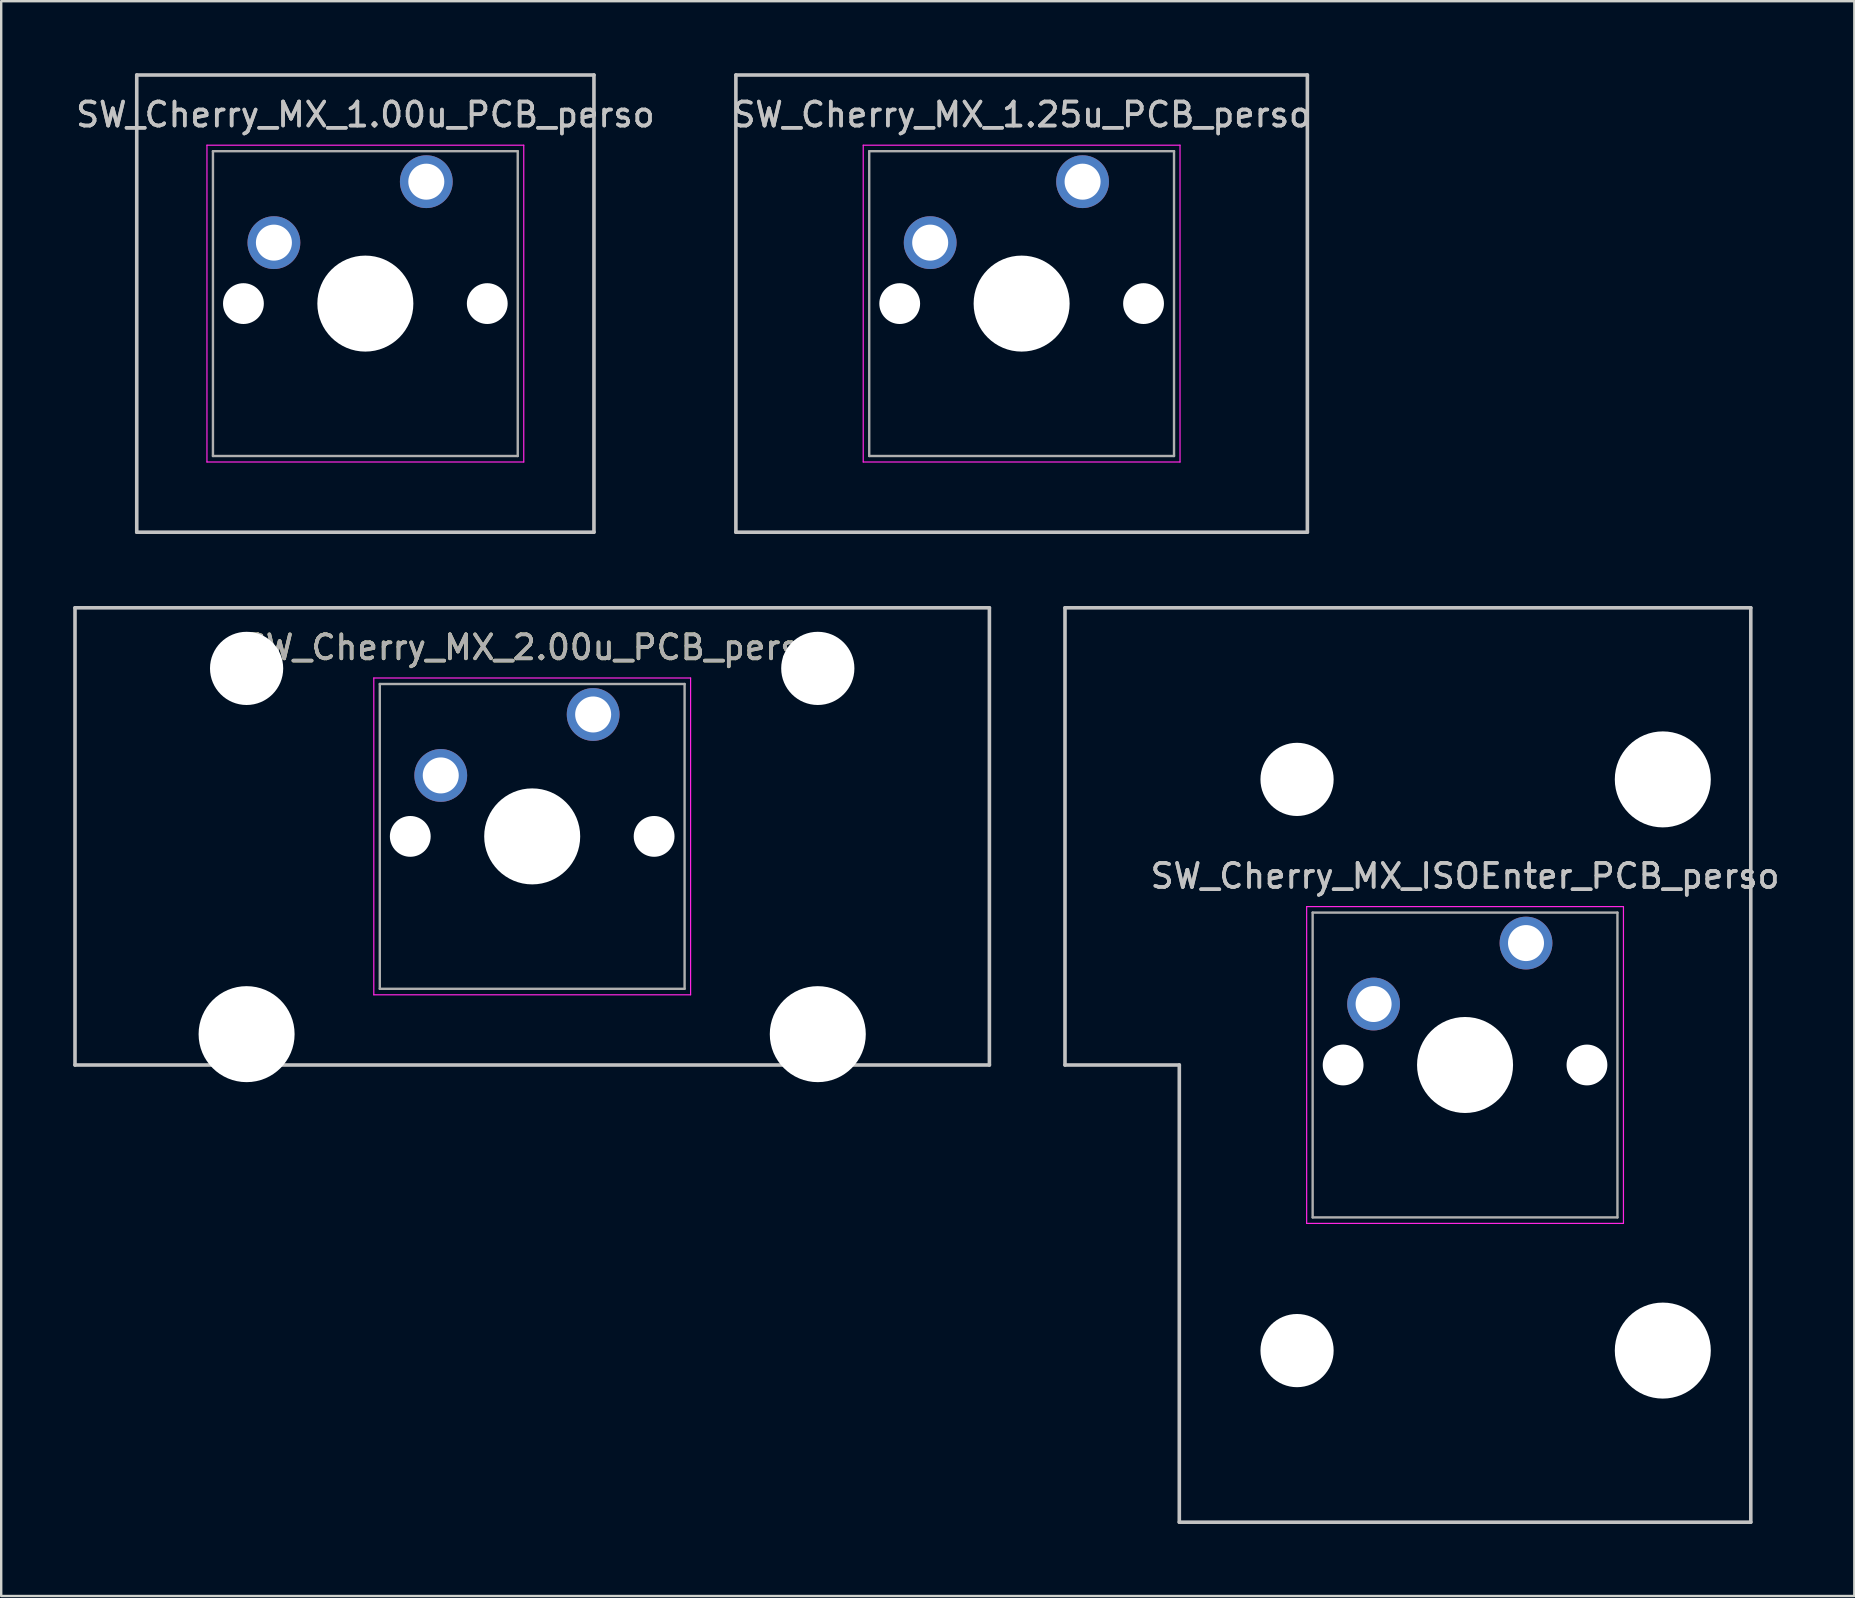
<source format=kicad_pcb>
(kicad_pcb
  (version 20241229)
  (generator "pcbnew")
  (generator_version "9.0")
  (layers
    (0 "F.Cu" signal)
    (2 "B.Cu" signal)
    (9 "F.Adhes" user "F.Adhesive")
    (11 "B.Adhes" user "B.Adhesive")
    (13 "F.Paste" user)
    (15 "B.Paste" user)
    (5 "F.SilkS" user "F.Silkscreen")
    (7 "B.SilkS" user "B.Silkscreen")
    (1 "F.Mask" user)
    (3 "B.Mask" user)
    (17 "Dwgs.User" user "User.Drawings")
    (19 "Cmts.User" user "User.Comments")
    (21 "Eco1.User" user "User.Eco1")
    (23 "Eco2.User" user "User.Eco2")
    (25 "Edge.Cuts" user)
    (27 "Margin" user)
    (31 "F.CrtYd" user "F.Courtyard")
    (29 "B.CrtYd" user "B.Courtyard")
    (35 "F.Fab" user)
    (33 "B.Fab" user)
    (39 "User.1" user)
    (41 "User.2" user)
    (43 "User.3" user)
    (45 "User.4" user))
  (footprint "SW_Cherry_MX_ISOEnter_PCB_perso"
    (layer "F.Cu")
    (at 60.534 36.245)
    (property "Reference" "SW_Cherry_MX_ISOEnter_PCB_perso" (at -2.54 -2.794 0) (layer "Dwgs.User") (effects (font (size 1 1) (thickness 0.15))))
    (attr through_hole)
    (fp_line (start -19.209 -13.97) (end 9.366 -13.97) (stroke (width 0.15) (type solid)) (layer "Dwgs.User"))
    (fp_line (start -19.209 5.08) (end -19.209 -13.97) (stroke (width 0.15) (type solid)) (layer "Dwgs.User"))
    (fp_line (start -14.446 5.08) (end -19.209 5.08) (stroke (width 0.15) (type solid)) (layer "Dwgs.User"))
    (fp_line (start -14.446 24.13) (end -14.446 5.08) (stroke (width 0.15) (type solid)) (layer "Dwgs.User"))
    (fp_line (start 9.366 -13.97) (end 9.366 24.13) (stroke (width 0.15) (type solid)) (layer "Dwgs.User"))
    (fp_line (start 9.366 24.13) (end -14.446 24.13) (stroke (width 0.15) (type solid)) (layer "Dwgs.User"))
    (fp_line (start -9.14 -1.52) (end 4.06 -1.52) (stroke (width 0.05) (type solid)) (layer "F.CrtYd"))
    (fp_line (start -9.14 11.68) (end -9.14 -1.52) (stroke (width 0.05) (type solid)) (layer "F.CrtYd"))
    (fp_line (start 4.06 -1.52) (end 4.06 11.68) (stroke (width 0.05) (type solid)) (layer "F.CrtYd"))
    (fp_line (start 4.06 11.68) (end -9.14 11.68) (stroke (width 0.05) (type solid)) (layer "F.CrtYd"))
    (fp_line (start -8.89 -1.27) (end 3.81 -1.27) (stroke (width 0.1) (type solid)) (layer "F.Fab"))
    (fp_line (start -8.89 11.43) (end -8.89 -1.27) (stroke (width 0.1) (type solid)) (layer "F.Fab"))
    (fp_line (start 3.81 -1.27) (end 3.81 11.43) (stroke (width 0.1) (type solid)) (layer "F.Fab"))
    (fp_line (start 3.81 11.43) (end -8.89 11.43) (stroke (width 0.1) (type solid)) (layer "F.Fab"))
    (fp_text user "${REFERENCE}" (at -2.54 -2.794 0) (layer "F.Fab") (effects (font (size 1 1) (thickness 0.15))))
    (pad "" np_thru_hole circle (at -9.54 -6.82) (size 3.05 3.05) (drill 3.05) (layers "*.Cu" "*.Mask"))
    (pad "" np_thru_hole circle (at -9.54 16.98) (size 3.05 3.05) (drill 3.05) (layers "*.Cu" "*.Mask"))
    (pad "" np_thru_hole circle (at -7.62 5.08) (size 1.7 1.7) (drill 1.7) (layers "*.Cu" "*.Mask"))
    (pad "" np_thru_hole circle (at -2.54 5.08) (size 4 4) (drill 4) (layers "*.Cu" "*.Mask"))
    (pad "" np_thru_hole circle (at 2.54 5.08) (size 1.7 1.7) (drill 1.7) (layers "*.Cu" "*.Mask"))
    (pad "" np_thru_hole circle (at 5.7 -6.82) (size 4 4) (drill 4) (layers "*.Cu" "*.Mask"))
    (pad "" np_thru_hole circle (at 5.7 16.98) (size 4 4) (drill 4) (layers "*.Cu" "*.Mask"))
    (pad "1" thru_hole circle (at 0 0) (size 2.2 2.2) (drill 1.5) (layers "*.Cu" "*.Mask"))
    (pad "2" thru_hole circle (at -6.35 2.54) (size 2.2 2.2) (drill 1.5) (layers "*.Cu" "*.Mask")))
  (footprint "SW_Cherry_MX_1.00u_PCB_perso"
    (layer "F.Cu")
    (at 14.713 4.52)
    (property "Reference" "SW_Cherry_MX_1.00u_PCB_perso" (at -2.54 -2.794 0) (layer "Dwgs.User") (effects (font (size 1 1) (thickness 0.15))))
    (attr through_hole)
    (fp_line (start -12.065 -4.445) (end 6.985 -4.445) (stroke (width 0.15) (type solid)) (layer "Dwgs.User"))
    (fp_line (start -12.065 14.605) (end -12.065 -4.445) (stroke (width 0.15) (type solid)) (layer "Dwgs.User"))
    (fp_line (start 6.985 -4.445) (end 6.985 14.605) (stroke (width 0.15) (type solid)) (layer "Dwgs.User"))
    (fp_line (start 6.985 14.605) (end -12.065 14.605) (stroke (width 0.15) (type solid)) (layer "Dwgs.User"))
    (fp_line (start -9.14 -1.52) (end 4.06 -1.52) (stroke (width 0.05) (type solid)) (layer "F.CrtYd"))
    (fp_line (start -9.14 11.68) (end -9.14 -1.52) (stroke (width 0.05) (type solid)) (layer "F.CrtYd"))
    (fp_line (start 4.06 -1.52) (end 4.06 11.68) (stroke (width 0.05) (type solid)) (layer "F.CrtYd"))
    (fp_line (start 4.06 11.68) (end -9.14 11.68) (stroke (width 0.05) (type solid)) (layer "F.CrtYd"))
    (fp_line (start -8.89 -1.27) (end 3.81 -1.27) (stroke (width 0.1) (type solid)) (layer "F.Fab"))
    (fp_line (start -8.89 11.43) (end -8.89 -1.27) (stroke (width 0.1) (type solid)) (layer "F.Fab"))
    (fp_line (start 3.81 -1.27) (end 3.81 11.43) (stroke (width 0.1) (type solid)) (layer "F.Fab"))
    (fp_line (start 3.81 11.43) (end -8.89 11.43) (stroke (width 0.1) (type solid)) (layer "F.Fab"))
    (fp_text user "${REFERENCE}" (at -2.54 -2.794 0) (layer "F.Fab") (effects (font (size 1 1) (thickness 0.15))))
    (pad "" np_thru_hole circle (at -7.62 5.08) (size 1.7 1.7) (drill 1.7) (layers "*.Cu" "*.Mask"))
    (pad "" np_thru_hole circle (at -2.54 5.08) (size 4 4) (drill 4) (layers "*.Cu" "*.Mask"))
    (pad "" np_thru_hole circle (at 2.54 5.08) (size 1.7 1.7) (drill 1.7) (layers "*.Cu" "*.Mask"))
    (pad "1" thru_hole circle (at 0 0) (size 2.2 2.2) (drill 1.5) (layers "*.Cu" "*.Mask"))
    (pad "2" thru_hole circle (at -6.35 2.54) (size 2.2 2.2) (drill 1.5) (layers "*.Cu" "*.Mask")))
  (footprint "SW_Cherry_MX_2.00u_PCB_perso"
    (layer "F.Cu")
    (at 21.665 26.72)
    (property "Reference" "SW_Cherry_MX_2.00u_PCB_perso" (at -2.54 -2.794 0) (layer "F.SilkS") (effects (font (size 1 1) (thickness 0.15))))
    (attr through_hole)
    (fp_line (start -21.59 -4.445) (end 16.51 -4.445) (stroke (width 0.15) (type solid)) (layer "Dwgs.User"))
    (fp_line (start -21.59 14.605) (end -21.59 -4.445) (stroke (width 0.15) (type solid)) (layer "Dwgs.User"))
    (fp_line (start 16.51 -4.445) (end 16.51 14.605) (stroke (width 0.15) (type solid)) (layer "Dwgs.User"))
    (fp_line (start 16.51 14.605) (end -21.59 14.605) (stroke (width 0.15) (type solid)) (layer "Dwgs.User"))
    (fp_line (start -9.14 -1.52) (end 4.06 -1.52) (stroke (width 0.05) (type solid)) (layer "F.CrtYd"))
    (fp_line (start -9.14 11.68) (end -9.14 -1.52) (stroke (width 0.05) (type solid)) (layer "F.CrtYd"))
    (fp_line (start 4.06 -1.52) (end 4.06 11.68) (stroke (width 0.05) (type solid)) (layer "F.CrtYd"))
    (fp_line (start 4.06 11.68) (end -9.14 11.68) (stroke (width 0.05) (type solid)) (layer "F.CrtYd"))
    (fp_line (start -8.89 -1.27) (end 3.81 -1.27) (stroke (width 0.1) (type solid)) (layer "F.Fab"))
    (fp_line (start -8.89 11.43) (end -8.89 -1.27) (stroke (width 0.1) (type solid)) (layer "F.Fab"))
    (fp_line (start 3.81 -1.27) (end 3.81 11.43) (stroke (width 0.1) (type solid)) (layer "F.Fab"))
    (fp_line (start 3.81 11.43) (end -8.89 11.43) (stroke (width 0.1) (type solid)) (layer "F.Fab"))
    (fp_text user "${REFERENCE}" (at -2.54 -2.794 0) (layer "F.Fab") (effects (font (size 1 1) (thickness 0.15))))
    (pad "" np_thru_hole circle (at -14.44 -1.92) (size 3.05 3.05) (drill 3.05) (layers "*.Cu" "*.Mask"))
    (pad "" np_thru_hole circle (at -14.44 13.32) (size 4 4) (drill 4) (layers "*.Cu" "*.Mask"))
    (pad "" np_thru_hole circle (at -7.62 5.08) (size 1.7 1.7) (drill 1.7) (layers "*.Cu" "*.Mask"))
    (pad "" np_thru_hole circle (at -2.54 5.08) (size 4 4) (drill 4) (layers "*.Cu" "*.Mask"))
    (pad "" np_thru_hole circle (at 2.54 5.08) (size 1.7 1.7) (drill 1.7) (layers "*.Cu" "*.Mask"))
    (pad "" np_thru_hole circle (at 9.36 -1.92) (size 3.05 3.05) (drill 3.05) (layers "*.Cu" "*.Mask"))
    (pad "" np_thru_hole circle (at 9.36 13.32) (size 4 4) (drill 4) (layers "*.Cu" "*.Mask"))
    (pad "1" thru_hole circle (at 0 0) (size 2.2 2.2) (drill 1.5) (layers "*.Cu" "*.Mask"))
    (pad "2" thru_hole circle (at -6.35 2.54) (size 2.2 2.2) (drill 1.5) (layers "*.Cu" "*.Mask")))
  (footprint "SW_Cherry_MX_1.25u_PCB_perso"
    (layer "F.Cu")
    (at 42.058 4.52)
    (property "Reference" "SW_Cherry_MX_1.25u_PCB_perso" (at -2.54 -2.794 0) (layer "Dwgs.User") (effects (font (size 1 1) (thickness 0.15))))
    (attr through_hole)
    (fp_line (start -14.446 -4.445) (end 9.366 -4.445) (stroke (width 0.15) (type solid)) (layer "Dwgs.User"))
    (fp_line (start -14.446 14.605) (end -14.446 -4.445) (stroke (width 0.15) (type solid)) (layer "Dwgs.User"))
    (fp_line (start 9.366 -4.445) (end 9.366 14.605) (stroke (width 0.15) (type solid)) (layer "Dwgs.User"))
    (fp_line (start 9.366 14.605) (end -14.446 14.605) (stroke (width 0.15) (type solid)) (layer "Dwgs.User"))
    (fp_line (start -9.14 -1.52) (end 4.06 -1.52) (stroke (width 0.05) (type solid)) (layer "F.CrtYd"))
    (fp_line (start -9.14 11.68) (end -9.14 -1.52) (stroke (width 0.05) (type solid)) (layer "F.CrtYd"))
    (fp_line (start 4.06 -1.52) (end 4.06 11.68) (stroke (width 0.05) (type solid)) (layer "F.CrtYd"))
    (fp_line (start 4.06 11.68) (end -9.14 11.68) (stroke (width 0.05) (type solid)) (layer "F.CrtYd"))
    (fp_line (start -8.89 -1.27) (end 3.81 -1.27) (stroke (width 0.1) (type solid)) (layer "F.Fab"))
    (fp_line (start -8.89 11.43) (end -8.89 -1.27) (stroke (width 0.1) (type solid)) (layer "F.Fab"))
    (fp_line (start 3.81 -1.27) (end 3.81 11.43) (stroke (width 0.1) (type solid)) (layer "F.Fab"))
    (fp_line (start 3.81 11.43) (end -8.89 11.43) (stroke (width 0.1) (type solid)) (layer "F.Fab"))
    (fp_text user "${REFERENCE}" (at -2.54 -2.794 0) (layer "F.Fab") (effects (font (size 1 1) (thickness 0.15))))
    (pad "" np_thru_hole circle (at -7.62 5.08) (size 1.7 1.7) (drill 1.7) (layers "*.Cu" "*.Mask"))
    (pad "" np_thru_hole circle (at -2.54 5.08) (size 4 4) (drill 4) (layers "*.Cu" "*.Mask"))
    (pad "" np_thru_hole circle (at 2.54 5.08) (size 1.7 1.7) (drill 1.7) (layers "*.Cu" "*.Mask"))
    (pad "1" thru_hole circle (at 0 0) (size 2.2 2.2) (drill 1.5) (layers "*.Cu" "*.Mask"))
    (pad "2" thru_hole circle (at -6.35 2.54) (size 2.2 2.2) (drill 1.5) (layers "*.Cu" "*.Mask")))
  (gr_rect
    (start -3 -3)
    (end 74.214 63.45)
    (stroke (width 0.1) (type default))
    (fill no)
    (layer "Edge.Cuts")))
</source>
